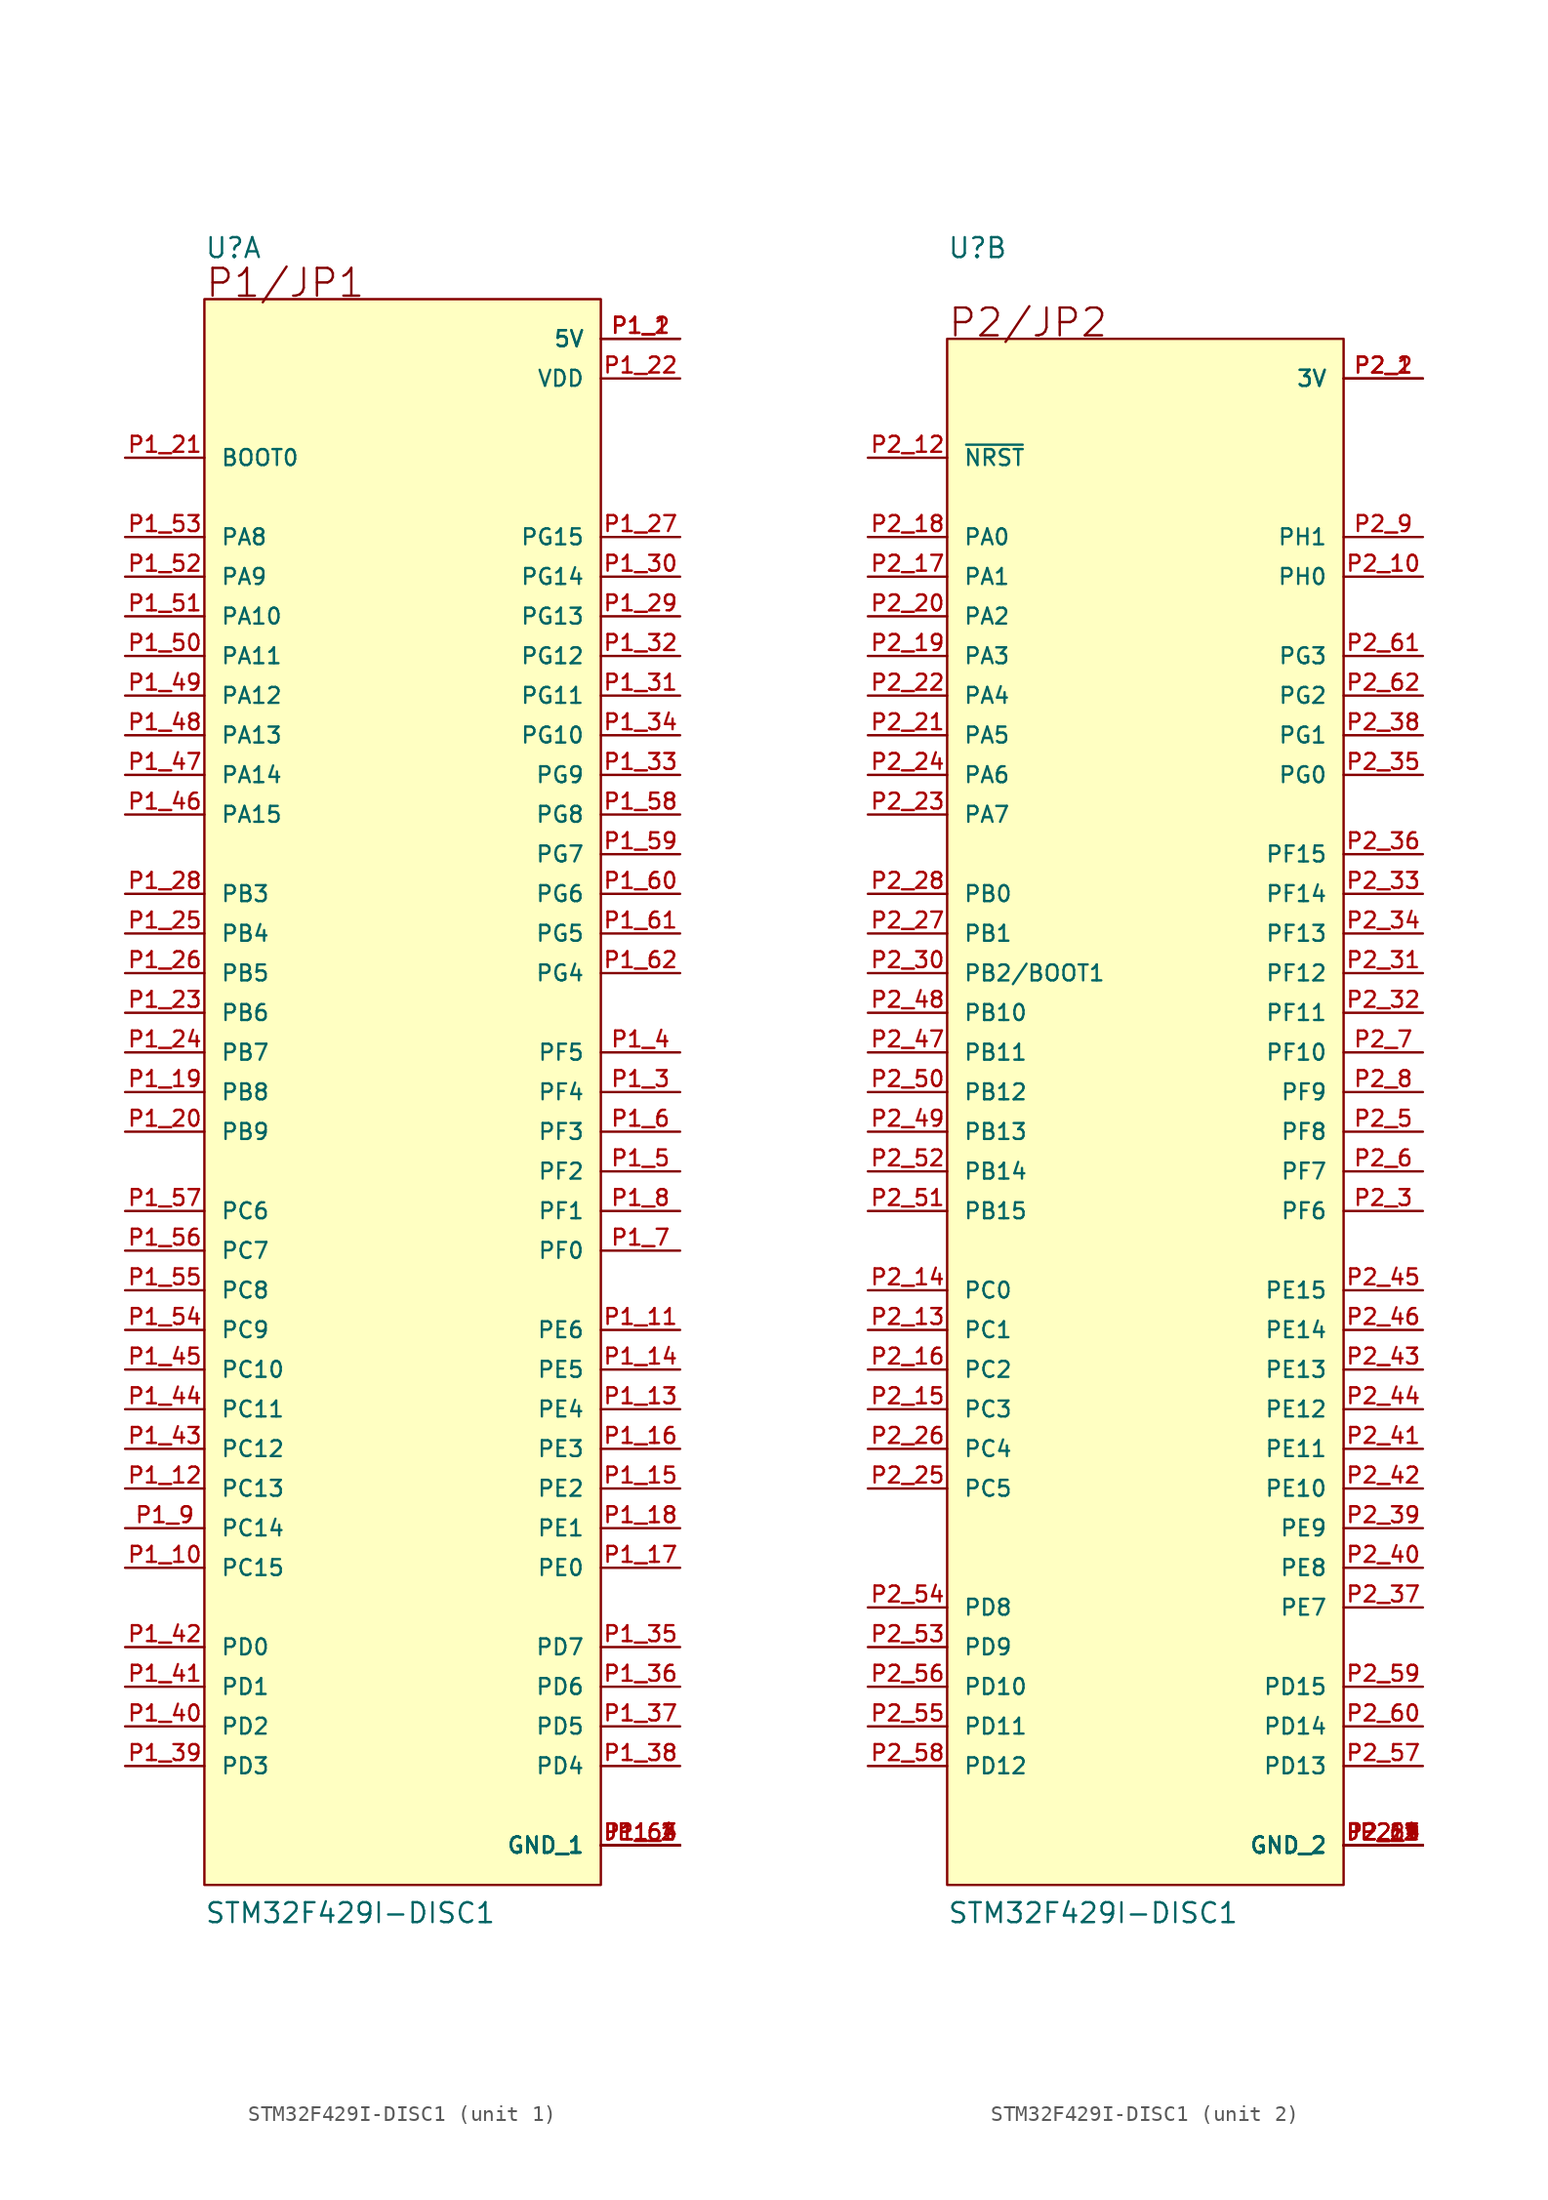
<source format=kicad_sym>
(kicad_symbol_lib
  (version 20211014)
  (generator kicad_symbol_editor)
  (symbol "STM32F429I-DISC1"
    (pin_names
      (offset 1.016))
    (property "Reference" "U"
      (at -12.7 53.34 0)
      (effects (font (size 1.27 1.27)) (justify bottom left)))
    (property "Value" "STM32F429I-DISC1"
      (at -12.7 -53.34 0)
      (effects (font (size 1.27 1.27)) (justify bottom left)))
    (symbol "STM32F429I-DISC1_1_0"
      (text "P1/JP1" (at -12.7 50.8 0) (effects (font (size 1.778 1.778)) (justify bottom left)))
      (rectangle (start -12.7 -50.8) (end 12.7 50.8) (stroke (width 0.152)) (fill (type background)))
      (pin power_in line (at 17.78 48.26 180.0) (length 5.08) (name "5V" (effects (font (size 1.016 1.016)))) (number "P1_1" (effects (font (size 1.016 1.016)))))
      (pin power_in line (at 17.78 48.26 180.0) (length 5.08) (name "5V" (effects (font (size 1.016 1.016)))) (number "P1_2" (effects (font (size 1.016 1.016)))))
      (pin bidirectional line (at 17.78 -10.16 180.0) (length 5.08) (name "PF0" (effects (font (size 1.016 1.016)))) (number "P1_7" (effects (font (size 1.016 1.016)))))
      (pin bidirectional line (at 17.78 -7.62 180.0) (length 5.08) (name "PF1" (effects (font (size 1.016 1.016)))) (number "P1_8" (effects (font (size 1.016 1.016)))))
      (pin bidirectional line (at 17.78 -5.08 180.0) (length 5.08) (name "PF2" (effects (font (size 1.016 1.016)))) (number "P1_5" (effects (font (size 1.016 1.016)))))
      (pin bidirectional line (at 17.78 -2.54 180.0) (length 5.08) (name "PF3" (effects (font (size 1.016 1.016)))) (number "P1_6" (effects (font (size 1.016 1.016)))))
      (pin bidirectional line (at 17.78 0.0 180.0) (length 5.08) (name "PF4" (effects (font (size 1.016 1.016)))) (number "P1_3" (effects (font (size 1.016 1.016)))))
      (pin bidirectional line (at 17.78 2.54 180.0) (length 5.08) (name "PF5" (effects (font (size 1.016 1.016)))) (number "P1_4" (effects (font (size 1.016 1.016)))))
      (pin bidirectional line (at 17.78 -30.48 180.0) (length 5.08) (name "PE0" (effects (font (size 1.016 1.016)))) (number "P1_17" (effects (font (size 1.016 1.016)))))
      (pin bidirectional line (at 17.78 -27.94 180.0) (length 5.08) (name "PE1" (effects (font (size 1.016 1.016)))) (number "P1_18" (effects (font (size 1.016 1.016)))))
      (pin bidirectional line (at 17.78 -25.4 180.0) (length 5.08) (name "PE2" (effects (font (size 1.016 1.016)))) (number "P1_15" (effects (font (size 1.016 1.016)))))
      (pin bidirectional line (at 17.78 -22.86 180.0) (length 5.08) (name "PE3" (effects (font (size 1.016 1.016)))) (number "P1_16" (effects (font (size 1.016 1.016)))))
      (pin bidirectional line (at 17.78 -20.32 180.0) (length 5.08) (name "PE4" (effects (font (size 1.016 1.016)))) (number "P1_13" (effects (font (size 1.016 1.016)))))
      (pin bidirectional line (at 17.78 -17.78 180.0) (length 5.08) (name "PE5" (effects (font (size 1.016 1.016)))) (number "P1_14" (effects (font (size 1.016 1.016)))))
      (pin bidirectional line (at 17.78 -15.24 180.0) (length 5.08) (name "PE6" (effects (font (size 1.016 1.016)))) (number "P1_11" (effects (font (size 1.016 1.016)))))
      (pin bidirectional line (at -17.78 -25.4 0) (length 5.08) (name "PC13" (effects (font (size 1.016 1.016)))) (number "P1_12" (effects (font (size 1.016 1.016)))))
      (pin bidirectional line (at -17.78 -27.94 0) (length 5.08) (name "PC14" (effects (font (size 1.016 1.016)))) (number "P1_9" (effects (font (size 1.016 1.016)))))
      (pin bidirectional line (at -17.78 -30.48 0) (length 5.08) (name "PC15" (effects (font (size 1.016 1.016)))) (number "P1_10" (effects (font (size 1.016 1.016)))))
      (pin bidirectional line (at -17.78 12.7 0) (length 5.08) (name "PB3" (effects (font (size 1.016 1.016)))) (number "P1_28" (effects (font (size 1.016 1.016)))))
      (pin bidirectional line (at -17.78 10.16 0) (length 5.08) (name "PB4" (effects (font (size 1.016 1.016)))) (number "P1_25" (effects (font (size 1.016 1.016)))))
      (pin bidirectional line (at -17.78 7.62 0) (length 5.08) (name "PB5" (effects (font (size 1.016 1.016)))) (number "P1_26" (effects (font (size 1.016 1.016)))))
      (pin bidirectional line (at -17.78 5.08 0) (length 5.08) (name "PB6" (effects (font (size 1.016 1.016)))) (number "P1_23" (effects (font (size 1.016 1.016)))))
      (pin bidirectional line (at -17.78 2.54 0) (length 5.08) (name "PB7" (effects (font (size 1.016 1.016)))) (number "P1_24" (effects (font (size 1.016 1.016)))))
      (pin bidirectional line (at -17.78 0.0 0) (length 5.08) (name "PB8" (effects (font (size 1.016 1.016)))) (number "P1_19" (effects (font (size 1.016 1.016)))))
      (pin bidirectional line (at -17.78 -2.54 0) (length 5.08) (name "PB9" (effects (font (size 1.016 1.016)))) (number "P1_20" (effects (font (size 1.016 1.016)))))
      (pin input line (at -17.78 40.64 0) (length 5.08) (name "BOOT0" (effects (font (size 1.016 1.016)))) (number "P1_21" (effects (font (size 1.016 1.016)))))
      (pin power_in line (at 17.78 45.72 180.0) (length 5.08) (name "VDD" (effects (font (size 1.016 1.016)))) (number "P1_22" (effects (font (size 1.016 1.016)))))
      (pin bidirectional line (at 17.78 7.62 180.0) (length 5.08) (name "PG4" (effects (font (size 1.016 1.016)))) (number "P1_62" (effects (font (size 1.016 1.016)))))
      (pin bidirectional line (at 17.78 10.16 180.0) (length 5.08) (name "PG5" (effects (font (size 1.016 1.016)))) (number "P1_61" (effects (font (size 1.016 1.016)))))
      (pin bidirectional line (at 17.78 12.7 180.0) (length 5.08) (name "PG6" (effects (font (size 1.016 1.016)))) (number "P1_60" (effects (font (size 1.016 1.016)))))
      (pin bidirectional line (at 17.78 15.24 180.0) (length 5.08) (name "PG7" (effects (font (size 1.016 1.016)))) (number "P1_59" (effects (font (size 1.016 1.016)))))
      (pin bidirectional line (at 17.78 17.78 180.0) (length 5.08) (name "PG8" (effects (font (size 1.016 1.016)))) (number "P1_58" (effects (font (size 1.016 1.016)))))
      (pin bidirectional line (at 17.78 20.32 180.0) (length 5.08) (name "PG9" (effects (font (size 1.016 1.016)))) (number "P1_33" (effects (font (size 1.016 1.016)))))
      (pin bidirectional line (at 17.78 22.86 180.0) (length 5.08) (name "PG10" (effects (font (size 1.016 1.016)))) (number "P1_34" (effects (font (size 1.016 1.016)))))
      (pin bidirectional line (at 17.78 25.4 180.0) (length 5.08) (name "PG11" (effects (font (size 1.016 1.016)))) (number "P1_31" (effects (font (size 1.016 1.016)))))
      (pin bidirectional line (at 17.78 27.94 180.0) (length 5.08) (name "PG12" (effects (font (size 1.016 1.016)))) (number "P1_32" (effects (font (size 1.016 1.016)))))
      (pin bidirectional line (at 17.78 30.48 180.0) (length 5.08) (name "PG13" (effects (font (size 1.016 1.016)))) (number "P1_29" (effects (font (size 1.016 1.016)))))
      (pin bidirectional line (at 17.78 33.02 180.0) (length 5.08) (name "PG14" (effects (font (size 1.016 1.016)))) (number "P1_30" (effects (font (size 1.016 1.016)))))
      (pin bidirectional line (at 17.78 35.56 180.0) (length 5.08) (name "PG15" (effects (font (size 1.016 1.016)))) (number "P1_27" (effects (font (size 1.016 1.016)))))
      (pin bidirectional line (at -17.78 -35.56 0) (length 5.08) (name "PD0" (effects (font (size 1.016 1.016)))) (number "P1_42" (effects (font (size 1.016 1.016)))))
      (pin bidirectional line (at -17.78 -38.1 0) (length 5.08) (name "PD1" (effects (font (size 1.016 1.016)))) (number "P1_41" (effects (font (size 1.016 1.016)))))
      (pin bidirectional line (at -17.78 -40.64 0) (length 5.08) (name "PD2" (effects (font (size 1.016 1.016)))) (number "P1_40" (effects (font (size 1.016 1.016)))))
      (pin bidirectional line (at -17.78 -43.18 0) (length 5.08) (name "PD3" (effects (font (size 1.016 1.016)))) (number "P1_39" (effects (font (size 1.016 1.016)))))
      (pin bidirectional line (at 17.78 -43.18 180.0) (length 5.08) (name "PD4" (effects (font (size 1.016 1.016)))) (number "P1_38" (effects (font (size 1.016 1.016)))))
      (pin bidirectional line (at 17.78 -40.64 180.0) (length 5.08) (name "PD5" (effects (font (size 1.016 1.016)))) (number "P1_37" (effects (font (size 1.016 1.016)))))
      (pin bidirectional line (at 17.78 -38.1 180.0) (length 5.08) (name "PD6" (effects (font (size 1.016 1.016)))) (number "P1_36" (effects (font (size 1.016 1.016)))))
      (pin bidirectional line (at 17.78 -35.56 180.0) (length 5.08) (name "PD7" (effects (font (size 1.016 1.016)))) (number "P1_35" (effects (font (size 1.016 1.016)))))
      (pin bidirectional line (at -17.78 -7.62 0) (length 5.08) (name "PC6" (effects (font (size 1.016 1.016)))) (number "P1_57" (effects (font (size 1.016 1.016)))))
      (pin bidirectional line (at -17.78 -10.16 0) (length 5.08) (name "PC7" (effects (font (size 1.016 1.016)))) (number "P1_56" (effects (font (size 1.016 1.016)))))
      (pin bidirectional line (at -17.78 -12.7 0) (length 5.08) (name "PC8" (effects (font (size 1.016 1.016)))) (number "P1_55" (effects (font (size 1.016 1.016)))))
      (pin bidirectional line (at -17.78 -15.24 0) (length 5.08) (name "PC9" (effects (font (size 1.016 1.016)))) (number "P1_54" (effects (font (size 1.016 1.016)))))
      (pin bidirectional line (at -17.78 -17.78 0) (length 5.08) (name "PC10" (effects (font (size 1.016 1.016)))) (number "P1_45" (effects (font (size 1.016 1.016)))))
      (pin bidirectional line (at -17.78 -20.32 0) (length 5.08) (name "PC11" (effects (font (size 1.016 1.016)))) (number "P1_44" (effects (font (size 1.016 1.016)))))
      (pin bidirectional line (at -17.78 -22.86 0) (length 5.08) (name "PC12" (effects (font (size 1.016 1.016)))) (number "P1_43" (effects (font (size 1.016 1.016)))))
      (pin bidirectional line (at -17.78 35.56 0) (length 5.08) (name "PA8" (effects (font (size 1.016 1.016)))) (number "P1_53" (effects (font (size 1.016 1.016)))))
      (pin bidirectional line (at -17.78 33.02 0) (length 5.08) (name "PA9" (effects (font (size 1.016 1.016)))) (number "P1_52" (effects (font (size 1.016 1.016)))))
      (pin bidirectional line (at -17.78 30.48 0) (length 5.08) (name "PA10" (effects (font (size 1.016 1.016)))) (number "P1_51" (effects (font (size 1.016 1.016)))))
      (pin bidirectional line (at -17.78 27.94 0) (length 5.08) (name "PA11" (effects (font (size 1.016 1.016)))) (number "P1_50" (effects (font (size 1.016 1.016)))))
      (pin bidirectional line (at -17.78 25.4 0) (length 5.08) (name "PA12" (effects (font (size 1.016 1.016)))) (number "P1_49" (effects (font (size 1.016 1.016)))))
      (pin bidirectional line (at -17.78 22.86 0) (length 5.08) (name "PA13" (effects (font (size 1.016 1.016)))) (number "P1_48" (effects (font (size 1.016 1.016)))))
      (pin bidirectional line (at -17.78 20.32 0) (length 5.08) (name "PA14" (effects (font (size 1.016 1.016)))) (number "P1_47" (effects (font (size 1.016 1.016)))))
      (pin bidirectional line (at -17.78 17.78 0) (length 5.08) (name "PA15" (effects (font (size 1.016 1.016)))) (number "P1_46" (effects (font (size 1.016 1.016)))))
      (pin power_in line (at 17.78 -48.26 180.0) (length 5.08) (name "GND_1" (effects (font (size 1.016 1.016)))) (number "JP1_1" (effects (font (size 1.016 1.016)))))
      (pin power_in line (at 17.78 -48.26 180.0) (length 5.08) (name "GND_1" (effects (font (size 1.016 1.016)))) (number "JP1_2" (effects (font (size 1.016 1.016)))))
      (pin power_in line (at 17.78 -48.26 180.0) (length 5.08) (name "GND_1" (effects (font (size 1.016 1.016)))) (number "P1_63" (effects (font (size 1.016 1.016)))))
      (pin power_in line (at 17.78 -48.26 180.0) (length 5.08) (name "GND_1" (effects (font (size 1.016 1.016)))) (number "P1_64" (effects (font (size 1.016 1.016))))))
    (symbol "STM32F429I-DISC1_2_0"
      (text "P2/JP2" (at -12.7 48.26 0) (effects (font (size 1.778 1.778)) (justify bottom left)))
      (rectangle (start -12.7 -50.8) (end 12.7 48.26) (stroke (width 0.152)) (fill (type background)))
      (pin power_in line (at 17.78 45.72 180.0) (length 5.08) (name "3V" (effects (font (size 1.016 1.016)))) (number "P2_1" (effects (font (size 1.016 1.016)))))
      (pin power_in line (at 17.78 45.72 180.0) (length 5.08) (name "3V" (effects (font (size 1.016 1.016)))) (number "P2_2" (effects (font (size 1.016 1.016)))))
      (pin bidirectional line (at 17.78 20.32 180.0) (length 5.08) (name "PG0" (effects (font (size 1.016 1.016)))) (number "P2_35" (effects (font (size 1.016 1.016)))))
      (pin bidirectional line (at 17.78 22.86 180.0) (length 5.08) (name "PG1" (effects (font (size 1.016 1.016)))) (number "P2_38" (effects (font (size 1.016 1.016)))))
      (pin bidirectional line (at 17.78 25.4 180.0) (length 5.08) (name "PG2" (effects (font (size 1.016 1.016)))) (number "P2_62" (effects (font (size 1.016 1.016)))))
      (pin bidirectional line (at 17.78 27.94 180.0) (length 5.08) (name "PG3" (effects (font (size 1.016 1.016)))) (number "P2_61" (effects (font (size 1.016 1.016)))))
      (pin bidirectional line (at -17.78 10.16 0) (length 5.08) (name "PB1" (effects (font (size 1.016 1.016)))) (number "P2_27" (effects (font (size 1.016 1.016)))))
      (pin bidirectional line (at -17.78 7.62 0) (length 5.08) (name "PB2/BOOT1" (effects (font (size 1.016 1.016)))) (number "P2_30" (effects (font (size 1.016 1.016)))))
      (pin bidirectional line (at -17.78 12.7 0) (length 5.08) (name "PB0" (effects (font (size 1.016 1.016)))) (number "P2_28" (effects (font (size 1.016 1.016)))))
      (pin bidirectional line (at -17.78 -12.7 0) (length 5.08) (name "PC0" (effects (font (size 1.016 1.016)))) (number "P2_14" (effects (font (size 1.016 1.016)))))
      (pin bidirectional line (at -17.78 -15.24 0) (length 5.08) (name "PC1" (effects (font (size 1.016 1.016)))) (number "P2_13" (effects (font (size 1.016 1.016)))))
      (pin bidirectional line (at -17.78 -17.78 0) (length 5.08) (name "PC2" (effects (font (size 1.016 1.016)))) (number "P2_16" (effects (font (size 1.016 1.016)))))
      (pin bidirectional line (at -17.78 -20.32 0) (length 5.08) (name "PC3" (effects (font (size 1.016 1.016)))) (number "P2_15" (effects (font (size 1.016 1.016)))))
      (pin bidirectional line (at -17.78 -22.86 0) (length 5.08) (name "PC4" (effects (font (size 1.016 1.016)))) (number "P2_26" (effects (font (size 1.016 1.016)))))
      (pin bidirectional line (at -17.78 -25.4 0) (length 5.08) (name "PC5" (effects (font (size 1.016 1.016)))) (number "P2_25" (effects (font (size 1.016 1.016)))))
      (pin bidirectional line (at -17.78 5.08 0) (length 5.08) (name "PB10" (effects (font (size 1.016 1.016)))) (number "P2_48" (effects (font (size 1.016 1.016)))))
      (pin bidirectional line (at -17.78 2.54 0) (length 5.08) (name "PB11" (effects (font (size 1.016 1.016)))) (number "P2_47" (effects (font (size 1.016 1.016)))))
      (pin bidirectional line (at -17.78 0.0 0) (length 5.08) (name "PB12" (effects (font (size 1.016 1.016)))) (number "P2_50" (effects (font (size 1.016 1.016)))))
      (pin bidirectional line (at -17.78 -2.54 0) (length 5.08) (name "PB13" (effects (font (size 1.016 1.016)))) (number "P2_49" (effects (font (size 1.016 1.016)))))
      (pin bidirectional line (at -17.78 -5.08 0) (length 5.08) (name "PB14" (effects (font (size 1.016 1.016)))) (number "P2_52" (effects (font (size 1.016 1.016)))))
      (pin bidirectional line (at -17.78 -7.62 0) (length 5.08) (name "PB15" (effects (font (size 1.016 1.016)))) (number "P2_51" (effects (font (size 1.016 1.016)))))
      (pin bidirectional line (at 17.78 -33.02 180.0) (length 5.08) (name "PE7" (effects (font (size 1.016 1.016)))) (number "P2_37" (effects (font (size 1.016 1.016)))))
      (pin bidirectional line (at 17.78 -30.48 180.0) (length 5.08) (name "PE8" (effects (font (size 1.016 1.016)))) (number "P2_40" (effects (font (size 1.016 1.016)))))
      (pin bidirectional line (at 17.78 -27.94 180.0) (length 5.08) (name "PE9" (effects (font (size 1.016 1.016)))) (number "P2_39" (effects (font (size 1.016 1.016)))))
      (pin bidirectional line (at 17.78 -25.4 180.0) (length 5.08) (name "PE10" (effects (font (size 1.016 1.016)))) (number "P2_42" (effects (font (size 1.016 1.016)))))
      (pin bidirectional line (at 17.78 -22.86 180.0) (length 5.08) (name "PE11" (effects (font (size 1.016 1.016)))) (number "P2_41" (effects (font (size 1.016 1.016)))))
      (pin bidirectional line (at 17.78 -20.32 180.0) (length 5.08) (name "PE12" (effects (font (size 1.016 1.016)))) (number "P2_44" (effects (font (size 1.016 1.016)))))
      (pin bidirectional line (at 17.78 -17.78 180.0) (length 5.08) (name "PE13" (effects (font (size 1.016 1.016)))) (number "P2_43" (effects (font (size 1.016 1.016)))))
      (pin bidirectional line (at 17.78 -15.24 180.0) (length 5.08) (name "PE14" (effects (font (size 1.016 1.016)))) (number "P2_46" (effects (font (size 1.016 1.016)))))
      (pin bidirectional line (at 17.78 -12.7 180.0) (length 5.08) (name "PE15" (effects (font (size 1.016 1.016)))) (number "P2_45" (effects (font (size 1.016 1.016)))))
      (pin bidirectional line (at 17.78 -7.62 180.0) (length 5.08) (name "PF6" (effects (font (size 1.016 1.016)))) (number "P2_3" (effects (font (size 1.016 1.016)))))
      (pin bidirectional line (at 17.78 -5.08 180.0) (length 5.08) (name "PF7" (effects (font (size 1.016 1.016)))) (number "P2_6" (effects (font (size 1.016 1.016)))))
      (pin bidirectional line (at 17.78 -2.54 180.0) (length 5.08) (name "PF8" (effects (font (size 1.016 1.016)))) (number "P2_5" (effects (font (size 1.016 1.016)))))
      (pin bidirectional line (at 17.78 0.0 180.0) (length 5.08) (name "PF9" (effects (font (size 1.016 1.016)))) (number "P2_8" (effects (font (size 1.016 1.016)))))
      (pin bidirectional line (at 17.78 2.54 180.0) (length 5.08) (name "PF10" (effects (font (size 1.016 1.016)))) (number "P2_7" (effects (font (size 1.016 1.016)))))
      (pin bidirectional line (at 17.78 5.08 180.0) (length 5.08) (name "PF11" (effects (font (size 1.016 1.016)))) (number "P2_32" (effects (font (size 1.016 1.016)))))
      (pin bidirectional line (at 17.78 7.62 180.0) (length 5.08) (name "PF12" (effects (font (size 1.016 1.016)))) (number "P2_31" (effects (font (size 1.016 1.016)))))
      (pin bidirectional line (at 17.78 10.16 180.0) (length 5.08) (name "PF13" (effects (font (size 1.016 1.016)))) (number "P2_34" (effects (font (size 1.016 1.016)))))
      (pin bidirectional line (at 17.78 12.7 180.0) (length 5.08) (name "PF14" (effects (font (size 1.016 1.016)))) (number "P2_33" (effects (font (size 1.016 1.016)))))
      (pin bidirectional line (at 17.78 15.24 180.0) (length 5.08) (name "PF15" (effects (font (size 1.016 1.016)))) (number "P2_36" (effects (font (size 1.016 1.016)))))
      (pin bidirectional line (at -17.78 -33.02 0) (length 5.08) (name "PD8" (effects (font (size 1.016 1.016)))) (number "P2_54" (effects (font (size 1.016 1.016)))))
      (pin bidirectional line (at -17.78 -35.56 0) (length 5.08) (name "PD9" (effects (font (size 1.016 1.016)))) (number "P2_53" (effects (font (size 1.016 1.016)))))
      (pin bidirectional line (at -17.78 -38.1 0) (length 5.08) (name "PD10" (effects (font (size 1.016 1.016)))) (number "P2_56" (effects (font (size 1.016 1.016)))))
      (pin bidirectional line (at -17.78 -40.64 0) (length 5.08) (name "PD11" (effects (font (size 1.016 1.016)))) (number "P2_55" (effects (font (size 1.016 1.016)))))
      (pin bidirectional line (at -17.78 -43.18 0) (length 5.08) (name "PD12" (effects (font (size 1.016 1.016)))) (number "P2_58" (effects (font (size 1.016 1.016)))))
      (pin bidirectional line (at 17.78 -43.18 180.0) (length 5.08) (name "PD13" (effects (font (size 1.016 1.016)))) (number "P2_57" (effects (font (size 1.016 1.016)))))
      (pin bidirectional line (at 17.78 -40.64 180.0) (length 5.08) (name "PD14" (effects (font (size 1.016 1.016)))) (number "P2_60" (effects (font (size 1.016 1.016)))))
      (pin bidirectional line (at 17.78 -38.1 180.0) (length 5.08) (name "PD15" (effects (font (size 1.016 1.016)))) (number "P2_59" (effects (font (size 1.016 1.016)))))
      (pin bidirectional line (at -17.78 35.56 0) (length 5.08) (name "PA0" (effects (font (size 1.016 1.016)))) (number "P2_18" (effects (font (size 1.016 1.016)))))
      (pin bidirectional line (at -17.78 33.02 0) (length 5.08) (name "PA1" (effects (font (size 1.016 1.016)))) (number "P2_17" (effects (font (size 1.016 1.016)))))
      (pin bidirectional line (at -17.78 30.48 0) (length 5.08) (name "PA2" (effects (font (size 1.016 1.016)))) (number "P2_20" (effects (font (size 1.016 1.016)))))
      (pin bidirectional line (at -17.78 27.94 0) (length 5.08) (name "PA3" (effects (font (size 1.016 1.016)))) (number "P2_19" (effects (font (size 1.016 1.016)))))
      (pin bidirectional line (at -17.78 25.4 0) (length 5.08) (name "PA4" (effects (font (size 1.016 1.016)))) (number "P2_22" (effects (font (size 1.016 1.016)))))
      (pin bidirectional line (at -17.78 22.86 0) (length 5.08) (name "PA5" (effects (font (size 1.016 1.016)))) (number "P2_21" (effects (font (size 1.016 1.016)))))
      (pin bidirectional line (at -17.78 20.32 0) (length 5.08) (name "PA6" (effects (font (size 1.016 1.016)))) (number "P2_24" (effects (font (size 1.016 1.016)))))
      (pin bidirectional line (at -17.78 17.78 0) (length 5.08) (name "PA7" (effects (font (size 1.016 1.016)))) (number "P2_23" (effects (font (size 1.016 1.016)))))
      (pin power_in line (at 17.78 -48.26 180.0) (length 5.08) (name "GND_2" (effects (font (size 1.016 1.016)))) (number "JP2_1" (effects (font (size 1.016 1.016)))))
      (pin power_in line (at 17.78 -48.26 180.0) (length 5.08) (name "GND_2" (effects (font (size 1.016 1.016)))) (number "JP2_2" (effects (font (size 1.016 1.016)))))
      (pin power_in line (at 17.78 -48.26 180.0) (length 5.08) (name "GND_2" (effects (font (size 1.016 1.016)))) (number "P2_11" (effects (font (size 1.016 1.016)))))
      (pin power_in line (at 17.78 -48.26 180.0) (length 5.08) (name "GND_2" (effects (font (size 1.016 1.016)))) (number "P2_29" (effects (font (size 1.016 1.016)))))
      (pin power_in line (at 17.78 -48.26 180.0) (length 5.08) (name "GND_2" (effects (font (size 1.016 1.016)))) (number "P2_63" (effects (font (size 1.016 1.016)))))
      (pin power_in line (at 17.78 -48.26 180.0) (length 5.08) (name "GND_2" (effects (font (size 1.016 1.016)))) (number "P2_64" (effects (font (size 1.016 1.016)))))
      (pin bidirectional line (at 17.78 33.02 180.0) (length 5.08) (name "PH0" (effects (font (size 1.016 1.016)))) (number "P2_10" (effects (font (size 1.016 1.016)))))
      (pin bidirectional line (at 17.78 35.56 180.0) (length 5.08) (name "PH1" (effects (font (size 1.016 1.016)))) (number "P2_9" (effects (font (size 1.016 1.016)))))
      (pin input line (at -17.78 40.64 0) (length 5.08) (name "~{NRST}" (effects (font (size 1.016 1.016)))) (number "P2_12" (effects (font (size 1.016 1.016))))))))
</source>
